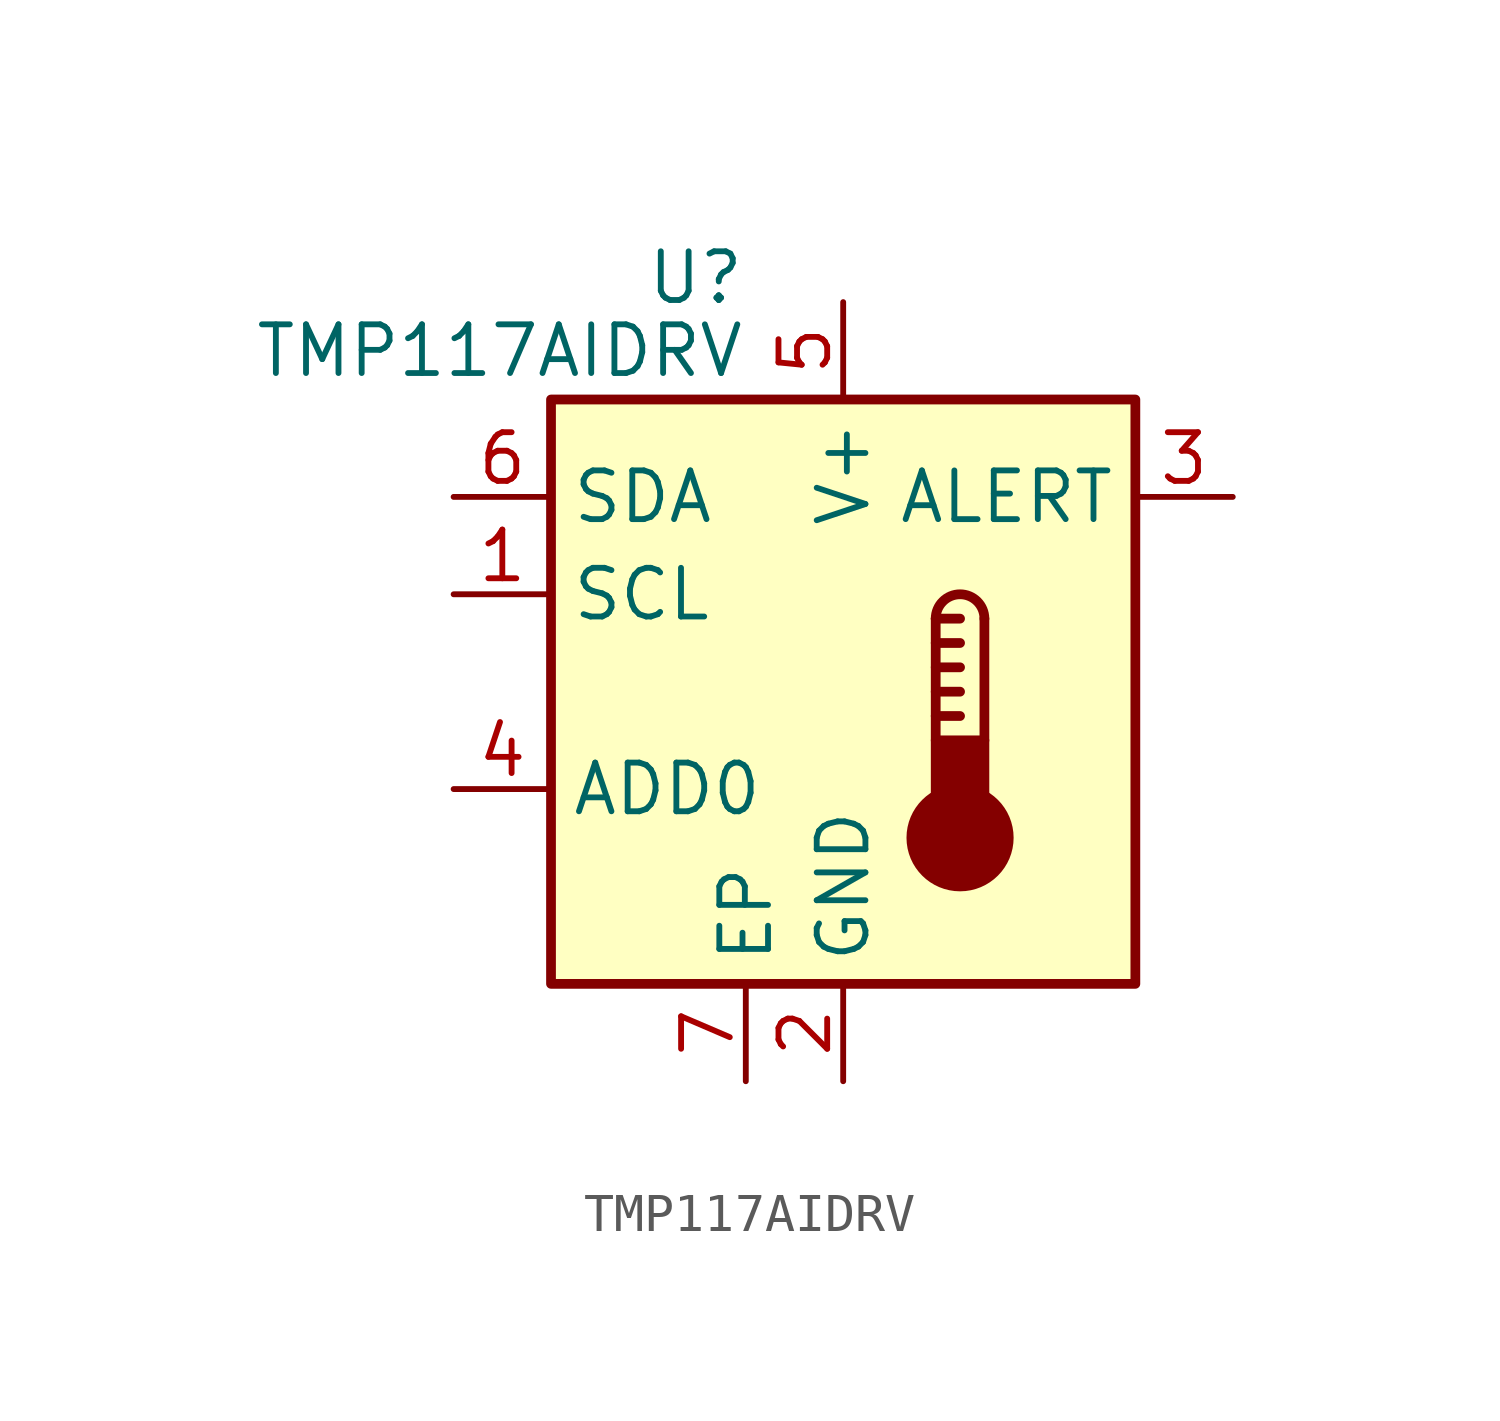
<source format=kicad_sym>
(kicad_symbol_lib
  (version 20241209)
  (generator "kicad_symbol_editor")
  (generator_version "9.0")
  (symbol "TMP117AIDRV"
    (property "Reference" "U"
      (at -2.54 10.795 0)
      (effects (font (size 1.27 1.27)) (justify right)))
    (property "Value" "TMP117AIDRV"
      (at -2.54 8.89 0)
      (effects (font (size 1.27 1.27)) (justify right)))
    (symbol "TMP117AIDRV_0_1"
      (rectangle (start -7.62 7.62) (end 7.62 -7.62) (stroke (width 0.254) (type default)) (fill (type background))))
    (symbol "TMP117AIDRV_1_1"
      (polyline (pts (xy 2.413 1.905) (xy 2.413 -1.27)) (stroke (width 0.254) (type default)) (fill (type none)))
      (polyline (pts (xy 2.413 1.905) (xy 3.048 1.905)) (stroke (width 0.254) (type default)) (fill (type none)))
      (polyline (pts (xy 2.413 1.27) (xy 3.048 1.27)) (stroke (width 0.254) (type default)) (fill (type none)))
      (polyline (pts (xy 2.413 0.635) (xy 3.048 0.635)) (stroke (width 0.254) (type default)) (fill (type none)))
      (polyline (pts (xy 2.413 0) (xy 3.048 0)) (stroke (width 0.254) (type default)) (fill (type none)))
      (polyline (pts (xy 2.413 -0.635) (xy 3.048 -0.635)) (stroke (width 0.254) (type default)) (fill (type none)))
      (arc (start 2.413 1.905) (mid 3.048 2.5373) (end 3.683 1.905) (stroke (width 0.254) (type default)) (fill (type none)))
      (circle (center 3.048 -3.81) (radius 1.27) (stroke (width 0.254) (type default)) (fill (type outline)))
      (polyline (pts (xy 3.683 1.905) (xy 3.683 -1.27)) (stroke (width 0.254) (type default)) (fill (type none)))
      (rectangle (start 3.683 -3.175) (end 2.413 -1.27) (stroke (width 0.254) (type default)) (fill (type outline)))
      (pin bidirectional line (at -10.16 5.08 0) (length 2.54) (name "SDA" (effects (font (size 1.27 1.27)))) (number "6" (effects (font (size 1.27 1.27)))))
      (pin input line (at -10.16 2.54 0) (length 2.54) (name "SCL" (effects (font (size 1.27 1.27)))) (number "1" (effects (font (size 1.27 1.27)))))
      (pin input line (at -10.16 -2.54 0) (length 2.54) (name "ADD0" (effects (font (size 1.27 1.27)))) (number "4" (effects (font (size 1.27 1.27)))))
      (pin bidirectional line (at -2.54 -10.16 90) (length 2.54) (name "EP" (effects (font (size 1.27 1.27)))) (number "7" (effects (font (size 1.27 1.27)))))
      (pin power_in line (at 0 10.16 270) (length 2.54) (name "V+" (effects (font (size 1.27 1.27)))) (number "5" (effects (font (size 1.27 1.27)))))
      (pin power_in line (at 0 -10.16 90) (length 2.54) (name "GND" (effects (font (size 1.27 1.27)))) (number "2" (effects (font (size 1.27 1.27)))))
      (pin open_collector line (at 10.16 5.08 180) (length 2.54) (name "ALERT" (effects (font (size 1.27 1.27)))) (number "3" (effects (font (size 1.27 1.27))))))))
</source>
